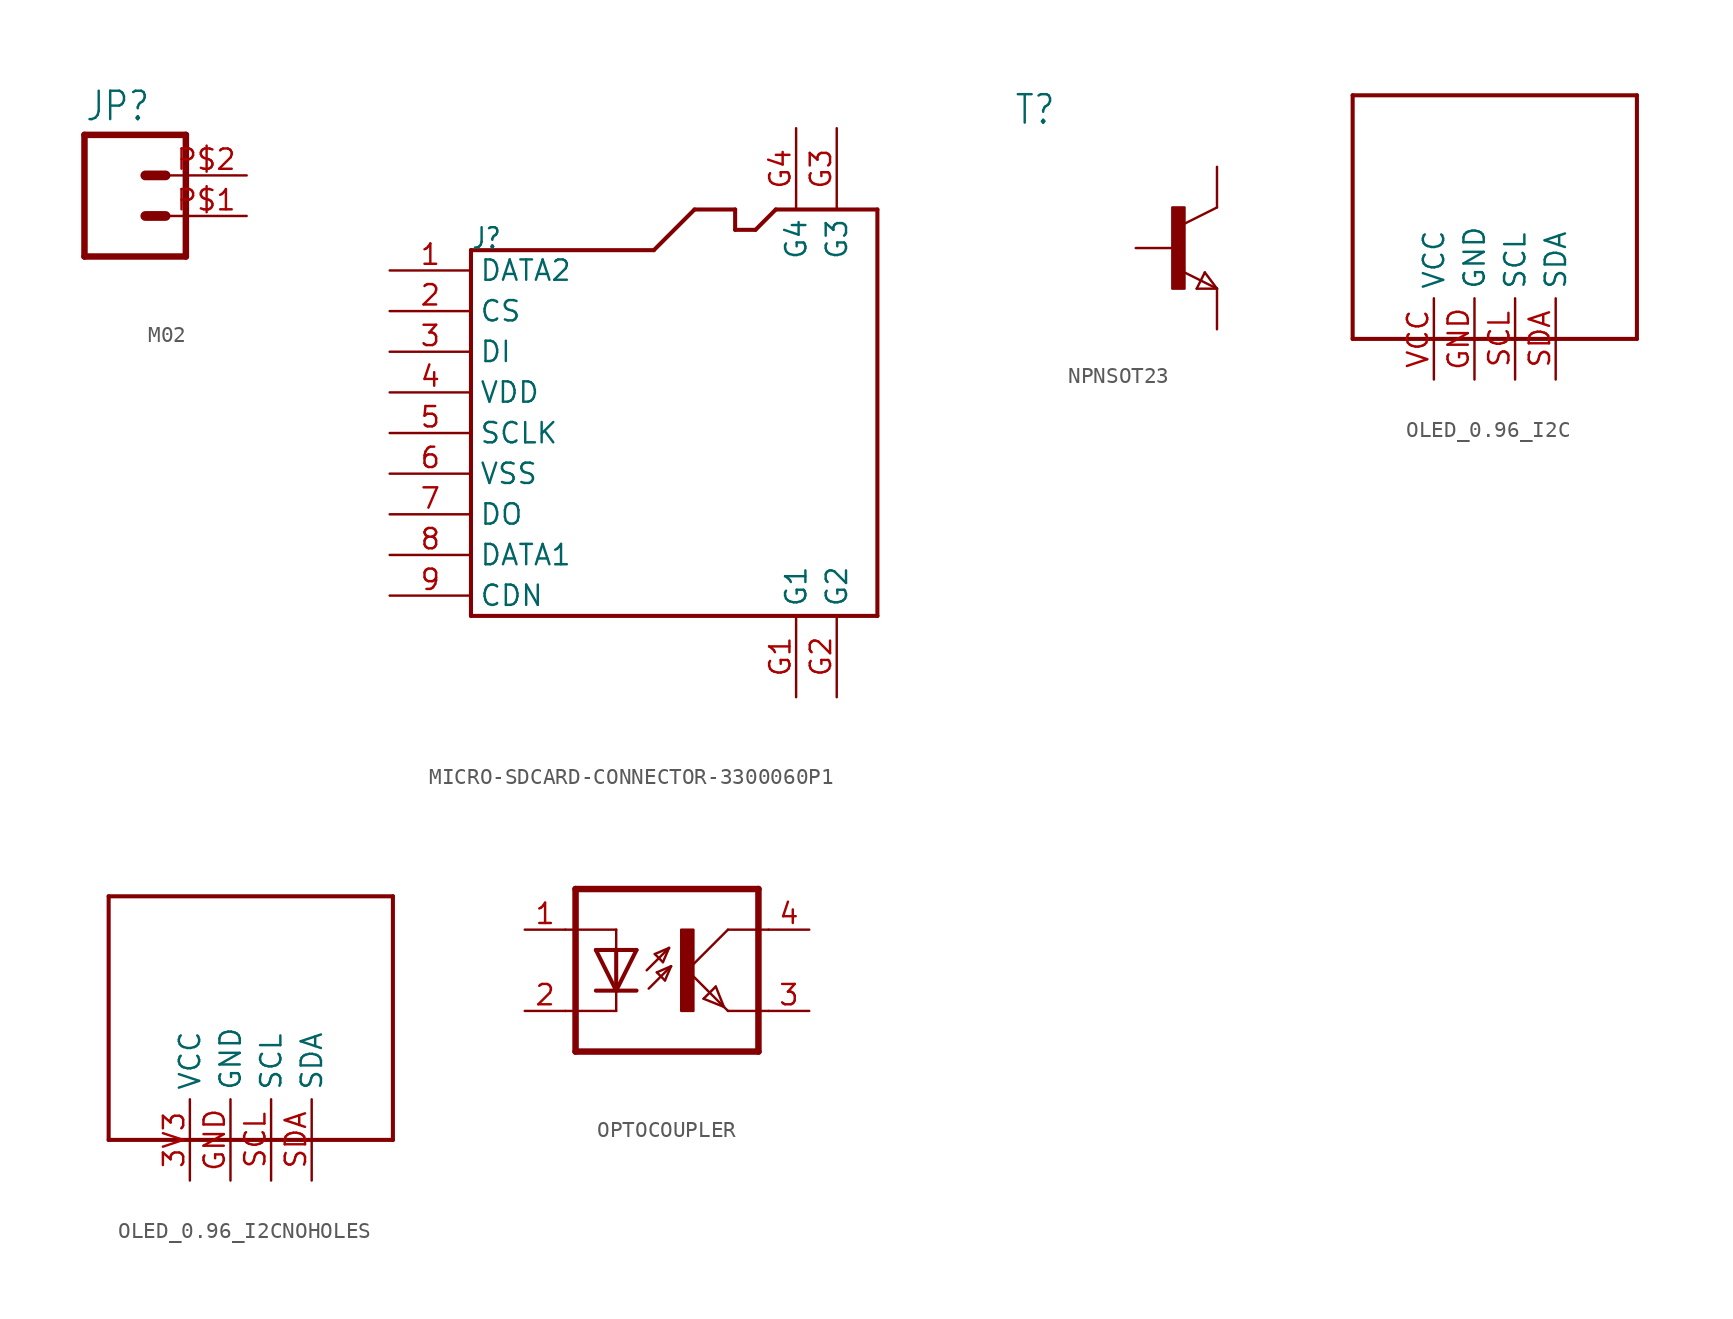
<source format=kicad_sym>
(kicad_symbol_lib
  (version 20231120)
  (generator "kicad_symbol_editor")
  (generator_version "8.0")
  (symbol "M02"
    (property "Reference" "JP"
      (at -2.54 5.842 0)
      (effects (font (size 1.778 1.511)) (justify left bottom)))
    (property "Value" ""
      (at -2.54 -5.08 0)
      (effects (font (size 1.778 1.511)) (justify left bottom)))
    (property "ki_locked" ""
      (at 0 0 0)
      (effects (font (size 1.27 1.27))))
    (symbol "M02_1_0"
      (polyline (pts (xy -2.54 5.08) (xy -2.54 -2.54)) (stroke (width 0.406) (type solid)) (fill (type none)))
      (polyline (pts (xy -2.54 5.08) (xy 3.81 5.08)) (stroke (width 0.406) (type solid)) (fill (type none)))
      (polyline (pts (xy 1.27 0) (xy 2.54 0)) (stroke (width 0.61) (type solid)) (fill (type none)))
      (polyline (pts (xy 1.27 2.54) (xy 2.54 2.54)) (stroke (width 0.61) (type solid)) (fill (type none)))
      (polyline (pts (xy 3.81 -2.54) (xy -2.54 -2.54)) (stroke (width 0.406) (type solid)) (fill (type none)))
      (polyline (pts (xy 3.81 -2.54) (xy 3.81 5.08)) (stroke (width 0.406) (type solid)) (fill (type none)))
      (pin passive line (at 7.62 0 180) (length 5.08) (name "1" (effects (font (size 0 0)))) (number "P$1" (effects (font (size 1.27 1.27)))))
      (pin passive line (at 7.62 2.54 180) (length 5.08) (name "2" (effects (font (size 0 0)))) (number "P$2" (effects (font (size 1.27 1.27)))))))
  (symbol "MICRO-SDCARD-CONNECTOR-3300060P1"
    (property "Reference" "J"
      (at -12.7 11.43 0)
      (effects (font (size 1.27 1.079)) (justify left bottom)))
    (property "Value" ""
      (at -6.35 11.43 0)
      (effects (font (size 1.27 1.079)) (justify left bottom)))
    (property "ki_locked" ""
      (at 0 0 0)
      (effects (font (size 1.27 1.27))))
    (symbol "MICRO-SDCARD-CONNECTOR-3300060P1_1_0"
      (polyline (pts (xy -12.7 -11.43) (xy 12.7 -11.43)) (stroke (width 0.254) (type solid)) (fill (type none)))
      (polyline (pts (xy -12.7 11.43) (xy -12.7 -11.43)) (stroke (width 0.254) (type solid)) (fill (type none)))
      (polyline (pts (xy -1.27 11.43) (xy -12.7 11.43)) (stroke (width 0.254) (type solid)) (fill (type none)))
      (polyline (pts (xy 1.27 13.97) (xy -1.27 11.43)) (stroke (width 0.254) (type solid)) (fill (type none)))
      (polyline (pts (xy 3.81 12.7) (xy 3.81 13.97)) (stroke (width 0.254) (type solid)) (fill (type none)))
      (polyline (pts (xy 3.81 13.97) (xy 1.27 13.97)) (stroke (width 0.254) (type solid)) (fill (type none)))
      (polyline (pts (xy 5.08 12.7) (xy 3.81 12.7)) (stroke (width 0.254) (type solid)) (fill (type none)))
      (polyline (pts (xy 6.35 13.97) (xy 5.08 12.7)) (stroke (width 0.254) (type solid)) (fill (type none)))
      (polyline (pts (xy 12.7 -11.43) (xy 12.7 13.97)) (stroke (width 0.254) (type solid)) (fill (type none)))
      (polyline (pts (xy 12.7 13.97) (xy 6.35 13.97)) (stroke (width 0.254) (type solid)) (fill (type none)))
      (pin bidirectional line (at -17.78 10.16 0) (length 5.08) (name "DATA2" (effects (font (size 1.27 1.27)))) (number "1" (effects (font (size 1.27 1.27)))))
      (pin bidirectional line (at -17.78 7.62 0) (length 5.08) (name "CS" (effects (font (size 1.27 1.27)))) (number "2" (effects (font (size 1.27 1.27)))))
      (pin bidirectional line (at -17.78 5.08 0) (length 5.08) (name "DI" (effects (font (size 1.27 1.27)))) (number "3" (effects (font (size 1.27 1.27)))))
      (pin bidirectional line (at -17.78 2.54 0) (length 5.08) (name "VDD" (effects (font (size 1.27 1.27)))) (number "4" (effects (font (size 1.27 1.27)))))
      (pin bidirectional line (at -17.78 0 0) (length 5.08) (name "SCLK" (effects (font (size 1.27 1.27)))) (number "5" (effects (font (size 1.27 1.27)))))
      (pin bidirectional line (at -17.78 -2.54 0) (length 5.08) (name "VSS" (effects (font (size 1.27 1.27)))) (number "6" (effects (font (size 1.27 1.27)))))
      (pin bidirectional line (at -17.78 -5.08 0) (length 5.08) (name "DO" (effects (font (size 1.27 1.27)))) (number "7" (effects (font (size 1.27 1.27)))))
      (pin bidirectional line (at -17.78 -7.62 0) (length 5.08) (name "DATA1" (effects (font (size 1.27 1.27)))) (number "8" (effects (font (size 1.27 1.27)))))
      (pin bidirectional line (at -17.78 -10.16 0) (length 5.08) (name "CDN" (effects (font (size 1.27 1.27)))) (number "9" (effects (font (size 1.27 1.27)))))
      (pin bidirectional line (at 7.62 -16.51 90) (length 5.08) (name "G1" (effects (font (size 1.27 1.27)))) (number "G1" (effects (font (size 1.27 1.27)))))
      (pin bidirectional line (at 10.16 -16.51 90) (length 5.08) (name "G2" (effects (font (size 1.27 1.27)))) (number "G2" (effects (font (size 1.27 1.27)))))
      (pin bidirectional line (at 10.16 19.05 270) (length 5.08) (name "G3" (effects (font (size 1.27 1.27)))) (number "G3" (effects (font (size 1.27 1.27)))))
      (pin bidirectional line (at 7.62 19.05 270) (length 5.08) (name "G4" (effects (font (size 1.27 1.27)))) (number "G4" (effects (font (size 1.27 1.27)))))))
  (symbol "NPNSOT23"
    (property "Reference" "T"
      (at -10.16 7.62 0)
      (effects (font (size 1.778 1.511)) (justify left bottom)))
    (property "Value" ""
      (at -10.16 5.08 0)
      (effects (font (size 1.778 1.511)) (justify left bottom)))
    (property "ki_locked" ""
      (at 0 0 0)
      (effects (font (size 1.27 1.27))))
    (symbol "NPNSOT23_1_0"
      (rectangle (start -0.254 -2.54) (end 0.508 2.54) (stroke (width 0) (type default)) (fill (type outline)))
      (polyline (pts (xy 1.27 -2.54) (xy 1.778 -1.524)) (stroke (width 0.152) (type solid)) (fill (type none)))
      (polyline (pts (xy 1.778 -1.524) (xy 2.54 -2.54)) (stroke (width 0.152) (type solid)) (fill (type none)))
      (polyline (pts (xy 2.54 -2.54) (xy 0.508 -1.524)) (stroke (width 0.152) (type solid)) (fill (type none)))
      (polyline (pts (xy 2.54 -2.54) (xy 1.27 -2.54)) (stroke (width 0.152) (type solid)) (fill (type none)))
      (polyline (pts (xy 2.54 2.54) (xy 0.508 1.524)) (stroke (width 0.152) (type solid)) (fill (type none)))
      (pin passive line (at 2.54 5.08 270) (length 2.54) (name "C" (effects (font (size 0 0)))) (number "1" (effects (font (size 0 0)))))
      (pin passive line (at 2.54 -5.08 90) (length 2.54) (name "E" (effects (font (size 0 0)))) (number "2" (effects (font (size 0 0)))))
      (pin passive line (at -2.54 0 0) (length 2.54) (name "B" (effects (font (size 0 0)))) (number "3" (effects (font (size 0 0)))))))
  (symbol "OLED_0.96_I2C"
    (property "Reference" ""
      (at -10.668 -7.112 90)
      (effects (font (size 1.27 1.079)) (justify left bottom) (hide yes)))
    (property "Value" ""
      (at -10.668 0.508 90)
      (effects (font (size 1.27 1.079)) (justify left bottom)))
    (property "ki_locked" ""
      (at 0 0 0)
      (effects (font (size 1.27 1.27))))
    (symbol "OLED_0.96_I2C_1_0"
      (polyline (pts (xy -10.16 -7.62) (xy -10.16 7.62)) (stroke (width 0.254) (type solid)) (fill (type none)))
      (polyline (pts (xy -10.16 7.62) (xy 7.62 7.62)) (stroke (width 0.254) (type solid)) (fill (type none)))
      (polyline (pts (xy 7.62 -7.62) (xy -10.16 -7.62)) (stroke (width 0.254) (type solid)) (fill (type none)))
      (polyline (pts (xy 7.62 7.62) (xy 7.62 -7.62)) (stroke (width 0.254) (type solid)) (fill (type none)))
      (pin bidirectional line (at -2.54 -10.16 90) (length 5.08) (name "GND" (effects (font (size 1.27 1.27)))) (number "GND" (effects (font (size 1.27 1.27)))))
      (pin bidirectional line (at 0 -10.16 90) (length 5.08) (name "SCL" (effects (font (size 1.27 1.27)))) (number "SCL" (effects (font (size 1.27 1.27)))))
      (pin bidirectional line (at 2.54 -10.16 90) (length 5.08) (name "SDA" (effects (font (size 1.27 1.27)))) (number "SDA" (effects (font (size 1.27 1.27)))))
      (pin bidirectional line (at -5.08 -10.16 90) (length 5.08) (name "VCC" (effects (font (size 1.27 1.27)))) (number "VCC" (effects (font (size 1.27 1.27)))))))
  (symbol "OLED_0.96_I2CNOHOLES"
    (property "Reference" ""
      (at -10.668 -7.112 90)
      (effects (font (size 1.27 1.079)) (justify left bottom) (hide yes)))
    (property "Value" ""
      (at -10.668 0.508 90)
      (effects (font (size 1.27 1.079)) (justify left bottom)))
    (property "ki_locked" ""
      (at 0 0 0)
      (effects (font (size 1.27 1.27))))
    (symbol "OLED_0.96_I2CNOHOLES_1_0"
      (polyline (pts (xy -10.16 -7.62) (xy -10.16 7.62)) (stroke (width 0.254) (type solid)) (fill (type none)))
      (polyline (pts (xy -10.16 7.62) (xy 7.62 7.62)) (stroke (width 0.254) (type solid)) (fill (type none)))
      (polyline (pts (xy 7.62 -7.62) (xy -10.16 -7.62)) (stroke (width 0.254) (type solid)) (fill (type none)))
      (polyline (pts (xy 7.62 7.62) (xy 7.62 -7.62)) (stroke (width 0.254) (type solid)) (fill (type none)))
      (pin bidirectional line (at -5.08 -10.16 90) (length 5.08) (name "VCC" (effects (font (size 1.27 1.27)))) (number "3V3" (effects (font (size 1.27 1.27)))))
      (pin bidirectional line (at -2.54 -10.16 90) (length 5.08) (name "GND" (effects (font (size 1.27 1.27)))) (number "GND" (effects (font (size 1.27 1.27)))))
      (pin bidirectional line (at 0 -10.16 90) (length 5.08) (name "SCL" (effects (font (size 1.27 1.27)))) (number "SCL" (effects (font (size 1.27 1.27)))))
      (pin bidirectional line (at 2.54 -10.16 90) (length 5.08) (name "SDA" (effects (font (size 1.27 1.27)))) (number "SDA" (effects (font (size 1.27 1.27)))))))
  (symbol "OPTOCOUPLER"
    (property "Reference" ""
      (at -4.445 5.715 0)
      (effects (font (size 1.778 1.511)) (justify left bottom) (hide yes)))
    (property "Value" ""
      (at -4.445 -7.62 0)
      (effects (font (size 1.778 1.511)) (justify left bottom)))
    (property "ki_locked" ""
      (at 0 0 0)
      (effects (font (size 1.27 1.27))))
    (symbol "OPTOCOUPLER_1_0"
      (polyline (pts (xy -4.445 -5.08) (xy 6.985 -5.08)) (stroke (width 0.406) (type solid)) (fill (type none)))
      (polyline (pts (xy -4.445 5.08) (xy -4.445 -5.08)) (stroke (width 0.406) (type solid)) (fill (type none)))
      (polyline (pts (xy -4.445 5.08) (xy 6.985 5.08)) (stroke (width 0.406) (type solid)) (fill (type none)))
      (polyline (pts (xy -1.905 -2.54) (xy -5.08 -2.54)) (stroke (width 0.152) (type solid)) (fill (type none)))
      (polyline (pts (xy -1.905 -1.27) (xy -3.175 -1.27)) (stroke (width 0.254) (type solid)) (fill (type none)))
      (polyline (pts (xy -1.905 -1.27) (xy -3.175 1.27)) (stroke (width 0.254) (type solid)) (fill (type none)))
      (polyline (pts (xy -1.905 -1.27) (xy -1.905 -2.54)) (stroke (width 0.152) (type solid)) (fill (type none)))
      (polyline (pts (xy -1.905 1.27) (xy -3.175 1.27)) (stroke (width 0.254) (type solid)) (fill (type none)))
      (polyline (pts (xy -1.905 1.27) (xy -1.905 -1.27)) (stroke (width 0.254) (type solid)) (fill (type none)))
      (polyline (pts (xy -1.905 2.54) (xy -5.08 2.54)) (stroke (width 0.152) (type solid)) (fill (type none)))
      (polyline (pts (xy -1.905 2.54) (xy -1.905 1.27)) (stroke (width 0.152) (type solid)) (fill (type none)))
      (polyline (pts (xy -0.635 -1.27) (xy -1.905 -1.27)) (stroke (width 0.254) (type solid)) (fill (type none)))
      (polyline (pts (xy -0.635 1.27) (xy -1.905 -1.27)) (stroke (width 0.254) (type solid)) (fill (type none)))
      (polyline (pts (xy -0.635 1.27) (xy -1.905 1.27)) (stroke (width 0.254) (type solid)) (fill (type none)))
      (polyline (pts (xy 0 0) (xy 1.397 1.397)) (stroke (width 0.152) (type solid)) (fill (type none)))
      (polyline (pts (xy 0.127 -1.143) (xy 1.524 0.254)) (stroke (width 0.152) (type solid)) (fill (type none)))
      (polyline (pts (xy 0.508 1.016) (xy 1.016 0.508)) (stroke (width 0.152) (type solid)) (fill (type none)))
      (polyline (pts (xy 0.635 -0.127) (xy 1.143 -0.635)) (stroke (width 0.152) (type solid)) (fill (type none)))
      (polyline (pts (xy 1.016 0.508) (xy 1.397 1.397)) (stroke (width 0.152) (type solid)) (fill (type none)))
      (polyline (pts (xy 1.143 -0.635) (xy 1.524 0.254)) (stroke (width 0.152) (type solid)) (fill (type none)))
      (polyline (pts (xy 1.397 1.397) (xy 0.508 1.016)) (stroke (width 0.152) (type solid)) (fill (type none)))
      (polyline (pts (xy 1.524 0.254) (xy 0.635 -0.127)) (stroke (width 0.152) (type solid)) (fill (type none)))
      (polyline (pts (xy 2.54 0) (xy 4.826 -2.286)) (stroke (width 0.152) (type solid)) (fill (type none)))
      (polyline (pts (xy 3.556 -1.778) (xy 4.318 -1.016)) (stroke (width 0.152) (type solid)) (fill (type none)))
      (polyline (pts (xy 4.318 -1.016) (xy 4.826 -2.286)) (stroke (width 0.152) (type solid)) (fill (type none)))
      (polyline (pts (xy 4.826 -2.286) (xy 3.556 -1.778)) (stroke (width 0.152) (type solid)) (fill (type none)))
      (polyline (pts (xy 4.826 -2.286) (xy 5.08 -2.54)) (stroke (width 0.152) (type solid)) (fill (type none)))
      (polyline (pts (xy 5.08 -2.54) (xy 7.62 -2.54)) (stroke (width 0.152) (type solid)) (fill (type none)))
      (polyline (pts (xy 5.08 2.54) (xy 2.54 0)) (stroke (width 0.152) (type solid)) (fill (type none)))
      (polyline (pts (xy 5.08 2.54) (xy 7.62 2.54)) (stroke (width 0.152) (type solid)) (fill (type none)))
      (polyline (pts (xy 6.985 5.08) (xy 6.985 -5.08)) (stroke (width 0.406) (type solid)) (fill (type none)))
      (rectangle (start 2.159 -2.54) (end 2.921 2.54) (stroke (width 0) (type default)) (fill (type outline)))
      (pin passive line (at -7.62 2.54 0) (length 2.54) (name "A" (effects (font (size 0 0)))) (number "1" (effects (font (size 1.27 1.27)))))
      (pin passive line (at -7.62 -2.54 0) (length 2.54) (name "C" (effects (font (size 0 0)))) (number "2" (effects (font (size 1.27 1.27)))))
      (pin passive line (at 10.16 -2.54 180) (length 2.54) (name "EMIT" (effects (font (size 0 0)))) (number "3" (effects (font (size 1.27 1.27)))))
      (pin passive line (at 10.16 2.54 180) (length 2.54) (name "COL" (effects (font (size 0 0)))) (number "4" (effects (font (size 1.27 1.27))))))))
</source>
